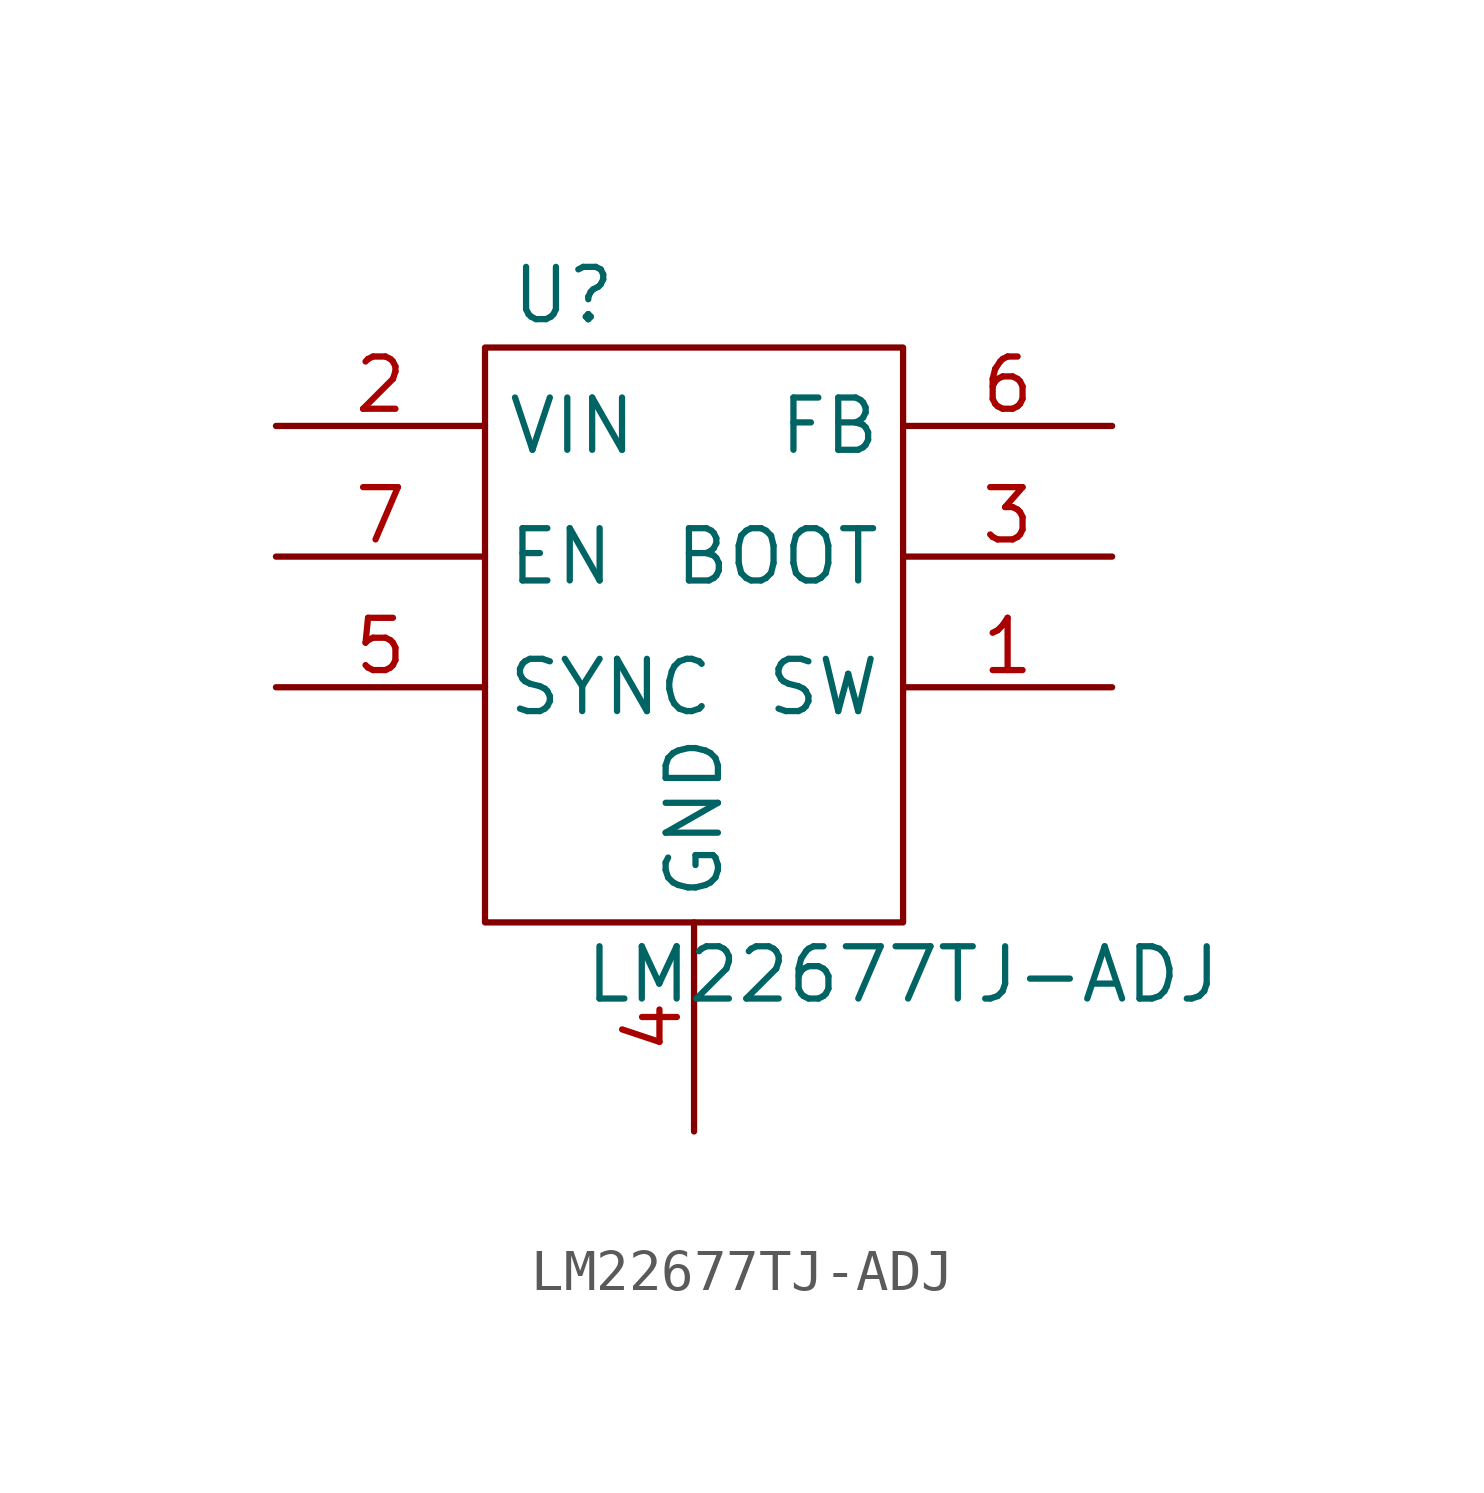
<source format=kicad_sym>
(kicad_symbol_lib
  (version 20211014)
  (generator kicad_symbol_editor)
  (symbol "LM22677TJ-ADJ"
    (property "Reference" "U"
      (at -3.175 0 0)
      (effects (font (size 1.27 1.27))))
    (property "Value" "LM22677TJ-ADJ"
      (at 5.08 -16.51 0)
      (effects (font (size 1.27 1.27))))
    (symbol "LM22677TJ-ADJ_0_1"
      (rectangle (start -5.08 -1.27) (end 5.08 -15.24) (stroke (width 0.152) (type default) (color 0 0 0 0)) (fill (type none))))
    (symbol "LM22677TJ-ADJ_1_1"
      (pin input line (at 10.16 -9.525 180) (length 5.08) (name "SW" (effects (font (size 1.27 1.27)))) (number "1" (effects (font (size 1.27 1.27)))))
      (pin input line (at -10.16 -3.175 0) (length 5.08) (name "VIN" (effects (font (size 1.27 1.27)))) (number "2" (effects (font (size 1.27 1.27)))))
      (pin input line (at 10.16 -6.35 180) (length 5.08) (name "BOOT" (effects (font (size 1.27 1.27)))) (number "3" (effects (font (size 1.27 1.27)))))
      (pin input line (at 0 -20.32 90) (length 5.08) (name "GND" (effects (font (size 1.27 1.27)))) (number "4" (effects (font (size 1.27 1.27)))))
      (pin input line (at -10.16 -9.525 0) (length 5.08) (name "SYNC" (effects (font (size 1.27 1.27)))) (number "5" (effects (font (size 1.27 1.27)))))
      (pin input line (at 10.16 -3.175 180) (length 5.08) (name "FB" (effects (font (size 1.27 1.27)))) (number "6" (effects (font (size 1.27 1.27)))))
      (pin input line (at -10.16 -6.35 0) (length 5.08) (name "EN" (effects (font (size 1.27 1.27)))) (number "7" (effects (font (size 1.27 1.27))))))))
</source>
